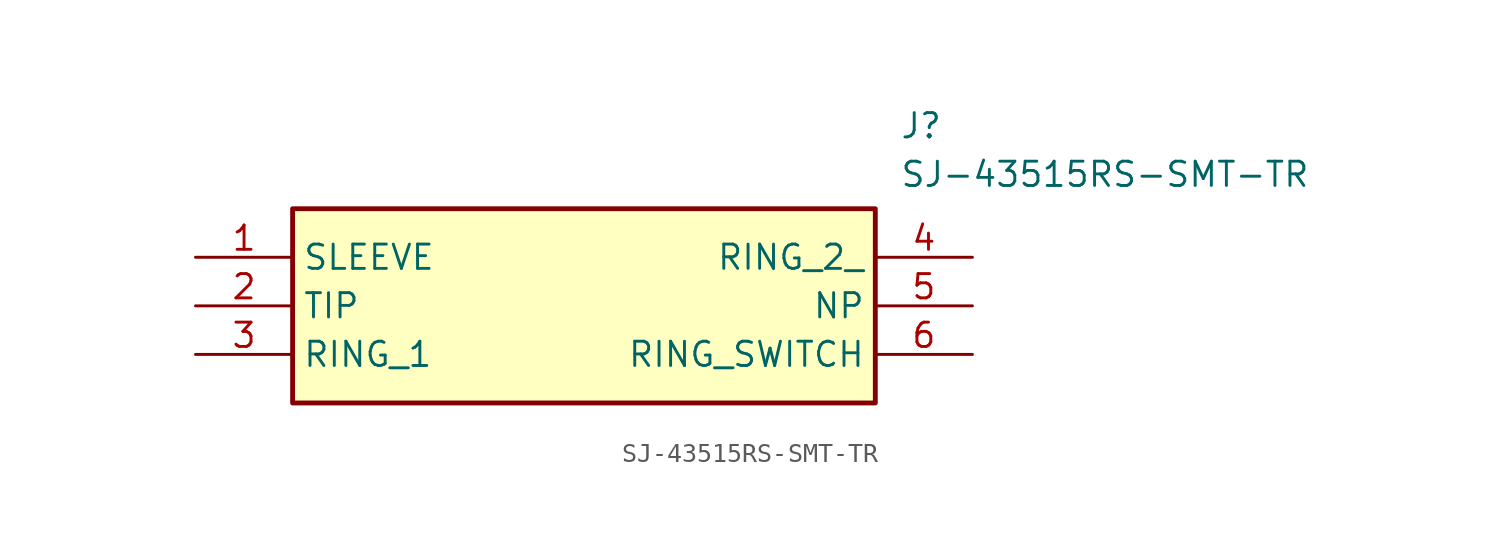
<source format=kicad_sym>
(kicad_symbol_lib
  (version 20211014)
  (generator SamacSys_ECAD_Model)
  (symbol "SJ-43515RS-SMT-TR"
    (property "Reference" "J"
      (at 36.83 7.62 0)
      (effects (font (size 1.27 1.27)) (justify left top)))
    (property "Value" "SJ-43515RS-SMT-TR"
      (at 36.83 5.08 0)
      (effects (font (size 1.27 1.27)) (justify left top)))
    (rectangle
      (start 5.08 2.54)
      (end 35.56 -7.62)
      (stroke (width 0.254) (type default))
      (fill (type background)))
    (pin passive line
      (at 0 0 0)
      (length 5.08)
      (name "SLEEVE" (effects (font (size 1.27 1.27))))
      (number "1" (effects (font (size 1.27 1.27)))))
    (pin passive line
      (at 0 -2.54 0)
      (length 5.08)
      (name "TIP" (effects (font (size 1.27 1.27))))
      (number "2" (effects (font (size 1.27 1.27)))))
    (pin passive line
      (at 0 -5.08 0)
      (length 5.08)
      (name "RING_1" (effects (font (size 1.27 1.27))))
      (number "3" (effects (font (size 1.27 1.27)))))
    (pin passive line
      (at 40.64 0 180)
      (length 5.08)
      (name "RING_2_" (effects (font (size 1.27 1.27))))
      (number "4" (effects (font (size 1.27 1.27)))))
    (pin passive line
      (at 40.64 -2.54 180)
      (length 5.08)
      (name "NP" (effects (font (size 1.27 1.27))))
      (number "5" (effects (font (size 1.27 1.27)))))
    (pin passive line
      (at 40.64 -5.08 180)
      (length 5.08)
      (name "RING_SWITCH" (effects (font (size 1.27 1.27))))
      (number "6" (effects (font (size 1.27 1.27)))))))
</source>
